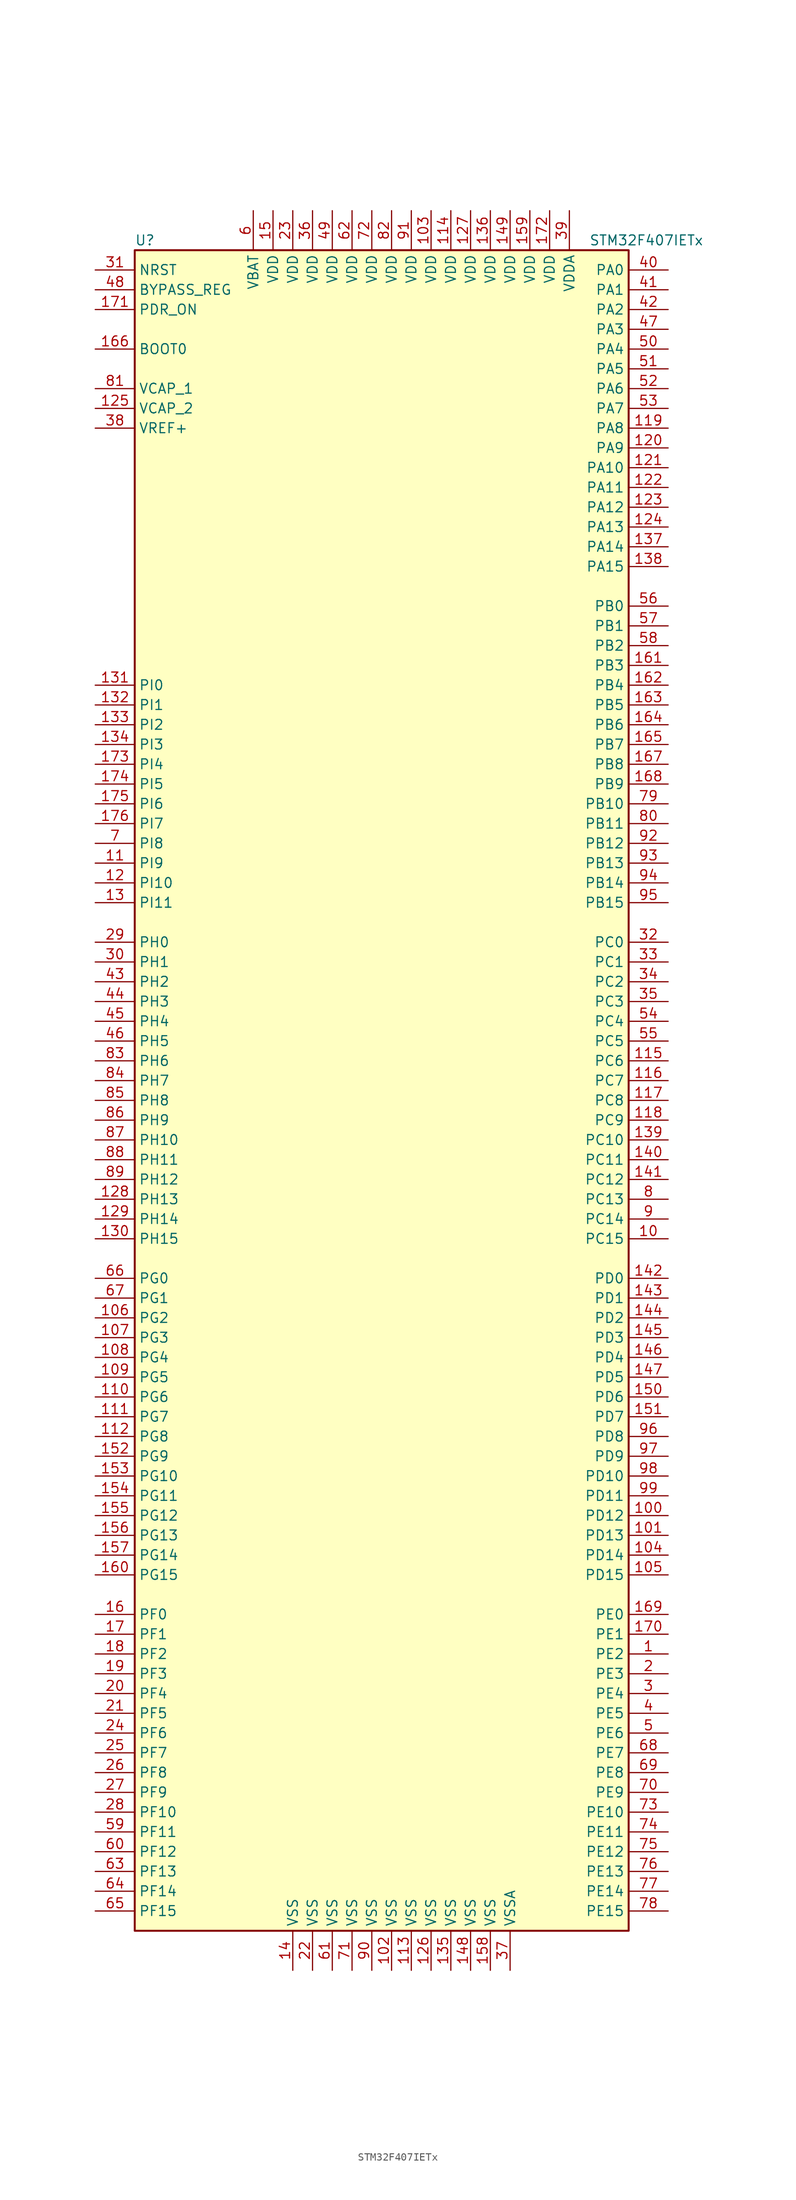
<source format=kicad_sym>
(kicad_symbol_lib
  (version 20201005)
  (generator kicad_symbol_editor)
  (symbol "MCU_ST_STM32F4:STM32F407IETx"
    (property "Reference" "U"
      (at -33.02 107.95 0)
      (effects (font (size 1.27 1.27)) (justify left)))
    (property "Value" "STM32F407IETx"
      (at 25.4 107.95 0)
      (effects (font (size 1.27 1.27)) (justify left)))
    (symbol "STM32F407IETx_0_1"
      (rectangle (start -33.02 -109.22) (end 30.48 106.68) (stroke (width 0.254)) (fill (type background))))
    (symbol "STM32F407IETx_1_1"
      (pin input line (at -38.1 93.98 0) (length 5.08) (name "BOOT0" (effects (font (size 1.27 1.27)))) (number "166" (effects (font (size 1.27 1.27)))))
      (pin input line (at -38.1 101.6 0) (length 5.08) (name "BYPASS_REG" (effects (font (size 1.27 1.27)))) (number "48" (effects (font (size 1.27 1.27)))))
      (pin input line (at -38.1 104.14 0) (length 5.08) (name "NRST" (effects (font (size 1.27 1.27)))) (number "31" (effects (font (size 1.27 1.27)))))
      (pin bidirectional line (at 35.56 104.14 180) (length 5.08) (name "PA0" (effects (font (size 1.27 1.27)))) (number "40" (effects (font (size 1.27 1.27)))))
      (pin bidirectional line (at 35.56 101.6 180) (length 5.08) (name "PA1" (effects (font (size 1.27 1.27)))) (number "41" (effects (font (size 1.27 1.27)))))
      (pin bidirectional line (at 35.56 78.74 180) (length 5.08) (name "PA10" (effects (font (size 1.27 1.27)))) (number "121" (effects (font (size 1.27 1.27)))))
      (pin bidirectional line (at 35.56 76.2 180) (length 5.08) (name "PA11" (effects (font (size 1.27 1.27)))) (number "122" (effects (font (size 1.27 1.27)))))
      (pin bidirectional line (at 35.56 73.66 180) (length 5.08) (name "PA12" (effects (font (size 1.27 1.27)))) (number "123" (effects (font (size 1.27 1.27)))))
      (pin bidirectional line (at 35.56 71.12 180) (length 5.08) (name "PA13" (effects (font (size 1.27 1.27)))) (number "124" (effects (font (size 1.27 1.27)))))
      (pin bidirectional line (at 35.56 68.58 180) (length 5.08) (name "PA14" (effects (font (size 1.27 1.27)))) (number "137" (effects (font (size 1.27 1.27)))))
      (pin bidirectional line (at 35.56 66.04 180) (length 5.08) (name "PA15" (effects (font (size 1.27 1.27)))) (number "138" (effects (font (size 1.27 1.27)))))
      (pin bidirectional line (at 35.56 99.06 180) (length 5.08) (name "PA2" (effects (font (size 1.27 1.27)))) (number "42" (effects (font (size 1.27 1.27)))))
      (pin bidirectional line (at 35.56 96.52 180) (length 5.08) (name "PA3" (effects (font (size 1.27 1.27)))) (number "47" (effects (font (size 1.27 1.27)))))
      (pin bidirectional line (at 35.56 93.98 180) (length 5.08) (name "PA4" (effects (font (size 1.27 1.27)))) (number "50" (effects (font (size 1.27 1.27)))))
      (pin bidirectional line (at 35.56 91.44 180) (length 5.08) (name "PA5" (effects (font (size 1.27 1.27)))) (number "51" (effects (font (size 1.27 1.27)))))
      (pin bidirectional line (at 35.56 88.9 180) (length 5.08) (name "PA6" (effects (font (size 1.27 1.27)))) (number "52" (effects (font (size 1.27 1.27)))))
      (pin bidirectional line (at 35.56 86.36 180) (length 5.08) (name "PA7" (effects (font (size 1.27 1.27)))) (number "53" (effects (font (size 1.27 1.27)))))
      (pin bidirectional line (at 35.56 83.82 180) (length 5.08) (name "PA8" (effects (font (size 1.27 1.27)))) (number "119" (effects (font (size 1.27 1.27)))))
      (pin bidirectional line (at 35.56 81.28 180) (length 5.08) (name "PA9" (effects (font (size 1.27 1.27)))) (number "120" (effects (font (size 1.27 1.27)))))
      (pin bidirectional line (at 35.56 60.96 180) (length 5.08) (name "PB0" (effects (font (size 1.27 1.27)))) (number "56" (effects (font (size 1.27 1.27)))))
      (pin bidirectional line (at 35.56 58.42 180) (length 5.08) (name "PB1" (effects (font (size 1.27 1.27)))) (number "57" (effects (font (size 1.27 1.27)))))
      (pin bidirectional line (at 35.56 35.56 180) (length 5.08) (name "PB10" (effects (font (size 1.27 1.27)))) (number "79" (effects (font (size 1.27 1.27)))))
      (pin bidirectional line (at 35.56 33.02 180) (length 5.08) (name "PB11" (effects (font (size 1.27 1.27)))) (number "80" (effects (font (size 1.27 1.27)))))
      (pin bidirectional line (at 35.56 30.48 180) (length 5.08) (name "PB12" (effects (font (size 1.27 1.27)))) (number "92" (effects (font (size 1.27 1.27)))))
      (pin bidirectional line (at 35.56 27.94 180) (length 5.08) (name "PB13" (effects (font (size 1.27 1.27)))) (number "93" (effects (font (size 1.27 1.27)))))
      (pin bidirectional line (at 35.56 25.4 180) (length 5.08) (name "PB14" (effects (font (size 1.27 1.27)))) (number "94" (effects (font (size 1.27 1.27)))))
      (pin bidirectional line (at 35.56 22.86 180) (length 5.08) (name "PB15" (effects (font (size 1.27 1.27)))) (number "95" (effects (font (size 1.27 1.27)))))
      (pin bidirectional line (at 35.56 55.88 180) (length 5.08) (name "PB2" (effects (font (size 1.27 1.27)))) (number "58" (effects (font (size 1.27 1.27)))))
      (pin bidirectional line (at 35.56 53.34 180) (length 5.08) (name "PB3" (effects (font (size 1.27 1.27)))) (number "161" (effects (font (size 1.27 1.27)))))
      (pin bidirectional line (at 35.56 50.8 180) (length 5.08) (name "PB4" (effects (font (size 1.27 1.27)))) (number "162" (effects (font (size 1.27 1.27)))))
      (pin bidirectional line (at 35.56 48.26 180) (length 5.08) (name "PB5" (effects (font (size 1.27 1.27)))) (number "163" (effects (font (size 1.27 1.27)))))
      (pin bidirectional line (at 35.56 45.72 180) (length 5.08) (name "PB6" (effects (font (size 1.27 1.27)))) (number "164" (effects (font (size 1.27 1.27)))))
      (pin bidirectional line (at 35.56 43.18 180) (length 5.08) (name "PB7" (effects (font (size 1.27 1.27)))) (number "165" (effects (font (size 1.27 1.27)))))
      (pin bidirectional line (at 35.56 40.64 180) (length 5.08) (name "PB8" (effects (font (size 1.27 1.27)))) (number "167" (effects (font (size 1.27 1.27)))))
      (pin bidirectional line (at 35.56 38.1 180) (length 5.08) (name "PB9" (effects (font (size 1.27 1.27)))) (number "168" (effects (font (size 1.27 1.27)))))
      (pin bidirectional line (at 35.56 17.78 180) (length 5.08) (name "PC0" (effects (font (size 1.27 1.27)))) (number "32" (effects (font (size 1.27 1.27)))))
      (pin bidirectional line (at 35.56 15.24 180) (length 5.08) (name "PC1" (effects (font (size 1.27 1.27)))) (number "33" (effects (font (size 1.27 1.27)))))
      (pin bidirectional line (at 35.56 -7.62 180) (length 5.08) (name "PC10" (effects (font (size 1.27 1.27)))) (number "139" (effects (font (size 1.27 1.27)))))
      (pin bidirectional line (at 35.56 -10.16 180) (length 5.08) (name "PC11" (effects (font (size 1.27 1.27)))) (number "140" (effects (font (size 1.27 1.27)))))
      (pin bidirectional line (at 35.56 -12.7 180) (length 5.08) (name "PC12" (effects (font (size 1.27 1.27)))) (number "141" (effects (font (size 1.27 1.27)))))
      (pin bidirectional line (at 35.56 -15.24 180) (length 5.08) (name "PC13" (effects (font (size 1.27 1.27)))) (number "8" (effects (font (size 1.27 1.27)))))
      (pin bidirectional line (at 35.56 -17.78 180) (length 5.08) (name "PC14" (effects (font (size 1.27 1.27)))) (number "9" (effects (font (size 1.27 1.27)))))
      (pin bidirectional line (at 35.56 -20.32 180) (length 5.08) (name "PC15" (effects (font (size 1.27 1.27)))) (number "10" (effects (font (size 1.27 1.27)))))
      (pin bidirectional line (at 35.56 12.7 180) (length 5.08) (name "PC2" (effects (font (size 1.27 1.27)))) (number "34" (effects (font (size 1.27 1.27)))))
      (pin bidirectional line (at 35.56 10.16 180) (length 5.08) (name "PC3" (effects (font (size 1.27 1.27)))) (number "35" (effects (font (size 1.27 1.27)))))
      (pin bidirectional line (at 35.56 7.62 180) (length 5.08) (name "PC4" (effects (font (size 1.27 1.27)))) (number "54" (effects (font (size 1.27 1.27)))))
      (pin bidirectional line (at 35.56 5.08 180) (length 5.08) (name "PC5" (effects (font (size 1.27 1.27)))) (number "55" (effects (font (size 1.27 1.27)))))
      (pin bidirectional line (at 35.56 2.54 180) (length 5.08) (name "PC6" (effects (font (size 1.27 1.27)))) (number "115" (effects (font (size 1.27 1.27)))))
      (pin bidirectional line (at 35.56 0 180) (length 5.08) (name "PC7" (effects (font (size 1.27 1.27)))) (number "116" (effects (font (size 1.27 1.27)))))
      (pin bidirectional line (at 35.56 -2.54 180) (length 5.08) (name "PC8" (effects (font (size 1.27 1.27)))) (number "117" (effects (font (size 1.27 1.27)))))
      (pin bidirectional line (at 35.56 -5.08 180) (length 5.08) (name "PC9" (effects (font (size 1.27 1.27)))) (number "118" (effects (font (size 1.27 1.27)))))
      (pin bidirectional line (at 35.56 -25.4 180) (length 5.08) (name "PD0" (effects (font (size 1.27 1.27)))) (number "142" (effects (font (size 1.27 1.27)))))
      (pin bidirectional line (at 35.56 -27.94 180) (length 5.08) (name "PD1" (effects (font (size 1.27 1.27)))) (number "143" (effects (font (size 1.27 1.27)))))
      (pin bidirectional line (at 35.56 -50.8 180) (length 5.08) (name "PD10" (effects (font (size 1.27 1.27)))) (number "98" (effects (font (size 1.27 1.27)))))
      (pin bidirectional line (at 35.56 -53.34 180) (length 5.08) (name "PD11" (effects (font (size 1.27 1.27)))) (number "99" (effects (font (size 1.27 1.27)))))
      (pin bidirectional line (at 35.56 -55.88 180) (length 5.08) (name "PD12" (effects (font (size 1.27 1.27)))) (number "100" (effects (font (size 1.27 1.27)))))
      (pin bidirectional line (at 35.56 -58.42 180) (length 5.08) (name "PD13" (effects (font (size 1.27 1.27)))) (number "101" (effects (font (size 1.27 1.27)))))
      (pin bidirectional line (at 35.56 -60.96 180) (length 5.08) (name "PD14" (effects (font (size 1.27 1.27)))) (number "104" (effects (font (size 1.27 1.27)))))
      (pin bidirectional line (at 35.56 -63.5 180) (length 5.08) (name "PD15" (effects (font (size 1.27 1.27)))) (number "105" (effects (font (size 1.27 1.27)))))
      (pin bidirectional line (at 35.56 -30.48 180) (length 5.08) (name "PD2" (effects (font (size 1.27 1.27)))) (number "144" (effects (font (size 1.27 1.27)))))
      (pin bidirectional line (at 35.56 -33.02 180) (length 5.08) (name "PD3" (effects (font (size 1.27 1.27)))) (number "145" (effects (font (size 1.27 1.27)))))
      (pin bidirectional line (at 35.56 -35.56 180) (length 5.08) (name "PD4" (effects (font (size 1.27 1.27)))) (number "146" (effects (font (size 1.27 1.27)))))
      (pin bidirectional line (at 35.56 -38.1 180) (length 5.08) (name "PD5" (effects (font (size 1.27 1.27)))) (number "147" (effects (font (size 1.27 1.27)))))
      (pin bidirectional line (at 35.56 -40.64 180) (length 5.08) (name "PD6" (effects (font (size 1.27 1.27)))) (number "150" (effects (font (size 1.27 1.27)))))
      (pin bidirectional line (at 35.56 -43.18 180) (length 5.08) (name "PD7" (effects (font (size 1.27 1.27)))) (number "151" (effects (font (size 1.27 1.27)))))
      (pin bidirectional line (at 35.56 -45.72 180) (length 5.08) (name "PD8" (effects (font (size 1.27 1.27)))) (number "96" (effects (font (size 1.27 1.27)))))
      (pin bidirectional line (at 35.56 -48.26 180) (length 5.08) (name "PD9" (effects (font (size 1.27 1.27)))) (number "97" (effects (font (size 1.27 1.27)))))
      (pin input line (at -38.1 99.06 0) (length 5.08) (name "PDR_ON" (effects (font (size 1.27 1.27)))) (number "171" (effects (font (size 1.27 1.27)))))
      (pin bidirectional line (at 35.56 -68.58 180) (length 5.08) (name "PE0" (effects (font (size 1.27 1.27)))) (number "169" (effects (font (size 1.27 1.27)))))
      (pin bidirectional line (at 35.56 -71.12 180) (length 5.08) (name "PE1" (effects (font (size 1.27 1.27)))) (number "170" (effects (font (size 1.27 1.27)))))
      (pin bidirectional line (at 35.56 -93.98 180) (length 5.08) (name "PE10" (effects (font (size 1.27 1.27)))) (number "73" (effects (font (size 1.27 1.27)))))
      (pin bidirectional line (at 35.56 -96.52 180) (length 5.08) (name "PE11" (effects (font (size 1.27 1.27)))) (number "74" (effects (font (size 1.27 1.27)))))
      (pin bidirectional line (at 35.56 -99.06 180) (length 5.08) (name "PE12" (effects (font (size 1.27 1.27)))) (number "75" (effects (font (size 1.27 1.27)))))
      (pin bidirectional line (at 35.56 -101.6 180) (length 5.08) (name "PE13" (effects (font (size 1.27 1.27)))) (number "76" (effects (font (size 1.27 1.27)))))
      (pin bidirectional line (at 35.56 -104.14 180) (length 5.08) (name "PE14" (effects (font (size 1.27 1.27)))) (number "77" (effects (font (size 1.27 1.27)))))
      (pin bidirectional line (at 35.56 -106.68 180) (length 5.08) (name "PE15" (effects (font (size 1.27 1.27)))) (number "78" (effects (font (size 1.27 1.27)))))
      (pin bidirectional line (at 35.56 -73.66 180) (length 5.08) (name "PE2" (effects (font (size 1.27 1.27)))) (number "1" (effects (font (size 1.27 1.27)))))
      (pin bidirectional line (at 35.56 -76.2 180) (length 5.08) (name "PE3" (effects (font (size 1.27 1.27)))) (number "2" (effects (font (size 1.27 1.27)))))
      (pin bidirectional line (at 35.56 -78.74 180) (length 5.08) (name "PE4" (effects (font (size 1.27 1.27)))) (number "3" (effects (font (size 1.27 1.27)))))
      (pin bidirectional line (at 35.56 -81.28 180) (length 5.08) (name "PE5" (effects (font (size 1.27 1.27)))) (number "4" (effects (font (size 1.27 1.27)))))
      (pin bidirectional line (at 35.56 -83.82 180) (length 5.08) (name "PE6" (effects (font (size 1.27 1.27)))) (number "5" (effects (font (size 1.27 1.27)))))
      (pin bidirectional line (at 35.56 -86.36 180) (length 5.08) (name "PE7" (effects (font (size 1.27 1.27)))) (number "68" (effects (font (size 1.27 1.27)))))
      (pin bidirectional line (at 35.56 -88.9 180) (length 5.08) (name "PE8" (effects (font (size 1.27 1.27)))) (number "69" (effects (font (size 1.27 1.27)))))
      (pin bidirectional line (at 35.56 -91.44 180) (length 5.08) (name "PE9" (effects (font (size 1.27 1.27)))) (number "70" (effects (font (size 1.27 1.27)))))
      (pin bidirectional line (at -38.1 -68.58 0) (length 5.08) (name "PF0" (effects (font (size 1.27 1.27)))) (number "16" (effects (font (size 1.27 1.27)))))
      (pin bidirectional line (at -38.1 -71.12 0) (length 5.08) (name "PF1" (effects (font (size 1.27 1.27)))) (number "17" (effects (font (size 1.27 1.27)))))
      (pin bidirectional line (at -38.1 -93.98 0) (length 5.08) (name "PF10" (effects (font (size 1.27 1.27)))) (number "28" (effects (font (size 1.27 1.27)))))
      (pin bidirectional line (at -38.1 -96.52 0) (length 5.08) (name "PF11" (effects (font (size 1.27 1.27)))) (number "59" (effects (font (size 1.27 1.27)))))
      (pin bidirectional line (at -38.1 -99.06 0) (length 5.08) (name "PF12" (effects (font (size 1.27 1.27)))) (number "60" (effects (font (size 1.27 1.27)))))
      (pin bidirectional line (at -38.1 -101.6 0) (length 5.08) (name "PF13" (effects (font (size 1.27 1.27)))) (number "63" (effects (font (size 1.27 1.27)))))
      (pin bidirectional line (at -38.1 -104.14 0) (length 5.08) (name "PF14" (effects (font (size 1.27 1.27)))) (number "64" (effects (font (size 1.27 1.27)))))
      (pin bidirectional line (at -38.1 -106.68 0) (length 5.08) (name "PF15" (effects (font (size 1.27 1.27)))) (number "65" (effects (font (size 1.27 1.27)))))
      (pin bidirectional line (at -38.1 -73.66 0) (length 5.08) (name "PF2" (effects (font (size 1.27 1.27)))) (number "18" (effects (font (size 1.27 1.27)))))
      (pin bidirectional line (at -38.1 -76.2 0) (length 5.08) (name "PF3" (effects (font (size 1.27 1.27)))) (number "19" (effects (font (size 1.27 1.27)))))
      (pin bidirectional line (at -38.1 -78.74 0) (length 5.08) (name "PF4" (effects (font (size 1.27 1.27)))) (number "20" (effects (font (size 1.27 1.27)))))
      (pin bidirectional line (at -38.1 -81.28 0) (length 5.08) (name "PF5" (effects (font (size 1.27 1.27)))) (number "21" (effects (font (size 1.27 1.27)))))
      (pin bidirectional line (at -38.1 -83.82 0) (length 5.08) (name "PF6" (effects (font (size 1.27 1.27)))) (number "24" (effects (font (size 1.27 1.27)))))
      (pin bidirectional line (at -38.1 -86.36 0) (length 5.08) (name "PF7" (effects (font (size 1.27 1.27)))) (number "25" (effects (font (size 1.27 1.27)))))
      (pin bidirectional line (at -38.1 -88.9 0) (length 5.08) (name "PF8" (effects (font (size 1.27 1.27)))) (number "26" (effects (font (size 1.27 1.27)))))
      (pin bidirectional line (at -38.1 -91.44 0) (length 5.08) (name "PF9" (effects (font (size 1.27 1.27)))) (number "27" (effects (font (size 1.27 1.27)))))
      (pin bidirectional line (at -38.1 -25.4 0) (length 5.08) (name "PG0" (effects (font (size 1.27 1.27)))) (number "66" (effects (font (size 1.27 1.27)))))
      (pin bidirectional line (at -38.1 -27.94 0) (length 5.08) (name "PG1" (effects (font (size 1.27 1.27)))) (number "67" (effects (font (size 1.27 1.27)))))
      (pin bidirectional line (at -38.1 -50.8 0) (length 5.08) (name "PG10" (effects (font (size 1.27 1.27)))) (number "153" (effects (font (size 1.27 1.27)))))
      (pin bidirectional line (at -38.1 -53.34 0) (length 5.08) (name "PG11" (effects (font (size 1.27 1.27)))) (number "154" (effects (font (size 1.27 1.27)))))
      (pin bidirectional line (at -38.1 -55.88 0) (length 5.08) (name "PG12" (effects (font (size 1.27 1.27)))) (number "155" (effects (font (size 1.27 1.27)))))
      (pin bidirectional line (at -38.1 -58.42 0) (length 5.08) (name "PG13" (effects (font (size 1.27 1.27)))) (number "156" (effects (font (size 1.27 1.27)))))
      (pin bidirectional line (at -38.1 -60.96 0) (length 5.08) (name "PG14" (effects (font (size 1.27 1.27)))) (number "157" (effects (font (size 1.27 1.27)))))
      (pin bidirectional line (at -38.1 -63.5 0) (length 5.08) (name "PG15" (effects (font (size 1.27 1.27)))) (number "160" (effects (font (size 1.27 1.27)))))
      (pin bidirectional line (at -38.1 -30.48 0) (length 5.08) (name "PG2" (effects (font (size 1.27 1.27)))) (number "106" (effects (font (size 1.27 1.27)))))
      (pin bidirectional line (at -38.1 -33.02 0) (length 5.08) (name "PG3" (effects (font (size 1.27 1.27)))) (number "107" (effects (font (size 1.27 1.27)))))
      (pin bidirectional line (at -38.1 -35.56 0) (length 5.08) (name "PG4" (effects (font (size 1.27 1.27)))) (number "108" (effects (font (size 1.27 1.27)))))
      (pin bidirectional line (at -38.1 -38.1 0) (length 5.08) (name "PG5" (effects (font (size 1.27 1.27)))) (number "109" (effects (font (size 1.27 1.27)))))
      (pin bidirectional line (at -38.1 -40.64 0) (length 5.08) (name "PG6" (effects (font (size 1.27 1.27)))) (number "110" (effects (font (size 1.27 1.27)))))
      (pin bidirectional line (at -38.1 -43.18 0) (length 5.08) (name "PG7" (effects (font (size 1.27 1.27)))) (number "111" (effects (font (size 1.27 1.27)))))
      (pin bidirectional line (at -38.1 -45.72 0) (length 5.08) (name "PG8" (effects (font (size 1.27 1.27)))) (number "112" (effects (font (size 1.27 1.27)))))
      (pin bidirectional line (at -38.1 -48.26 0) (length 5.08) (name "PG9" (effects (font (size 1.27 1.27)))) (number "152" (effects (font (size 1.27 1.27)))))
      (pin input line (at -38.1 17.78 0) (length 5.08) (name "PH0" (effects (font (size 1.27 1.27)))) (number "29" (effects (font (size 1.27 1.27)))))
      (pin input line (at -38.1 15.24 0) (length 5.08) (name "PH1" (effects (font (size 1.27 1.27)))) (number "30" (effects (font (size 1.27 1.27)))))
      (pin bidirectional line (at -38.1 -7.62 0) (length 5.08) (name "PH10" (effects (font (size 1.27 1.27)))) (number "87" (effects (font (size 1.27 1.27)))))
      (pin bidirectional line (at -38.1 -10.16 0) (length 5.08) (name "PH11" (effects (font (size 1.27 1.27)))) (number "88" (effects (font (size 1.27 1.27)))))
      (pin bidirectional line (at -38.1 -12.7 0) (length 5.08) (name "PH12" (effects (font (size 1.27 1.27)))) (number "89" (effects (font (size 1.27 1.27)))))
      (pin bidirectional line (at -38.1 -15.24 0) (length 5.08) (name "PH13" (effects (font (size 1.27 1.27)))) (number "128" (effects (font (size 1.27 1.27)))))
      (pin bidirectional line (at -38.1 -17.78 0) (length 5.08) (name "PH14" (effects (font (size 1.27 1.27)))) (number "129" (effects (font (size 1.27 1.27)))))
      (pin bidirectional line (at -38.1 -20.32 0) (length 5.08) (name "PH15" (effects (font (size 1.27 1.27)))) (number "130" (effects (font (size 1.27 1.27)))))
      (pin bidirectional line (at -38.1 12.7 0) (length 5.08) (name "PH2" (effects (font (size 1.27 1.27)))) (number "43" (effects (font (size 1.27 1.27)))))
      (pin bidirectional line (at -38.1 10.16 0) (length 5.08) (name "PH3" (effects (font (size 1.27 1.27)))) (number "44" (effects (font (size 1.27 1.27)))))
      (pin bidirectional line (at -38.1 7.62 0) (length 5.08) (name "PH4" (effects (font (size 1.27 1.27)))) (number "45" (effects (font (size 1.27 1.27)))))
      (pin bidirectional line (at -38.1 5.08 0) (length 5.08) (name "PH5" (effects (font (size 1.27 1.27)))) (number "46" (effects (font (size 1.27 1.27)))))
      (pin bidirectional line (at -38.1 2.54 0) (length 5.08) (name "PH6" (effects (font (size 1.27 1.27)))) (number "83" (effects (font (size 1.27 1.27)))))
      (pin bidirectional line (at -38.1 0 0) (length 5.08) (name "PH7" (effects (font (size 1.27 1.27)))) (number "84" (effects (font (size 1.27 1.27)))))
      (pin bidirectional line (at -38.1 -2.54 0) (length 5.08) (name "PH8" (effects (font (size 1.27 1.27)))) (number "85" (effects (font (size 1.27 1.27)))))
      (pin bidirectional line (at -38.1 -5.08 0) (length 5.08) (name "PH9" (effects (font (size 1.27 1.27)))) (number "86" (effects (font (size 1.27 1.27)))))
      (pin bidirectional line (at -38.1 50.8 0) (length 5.08) (name "PI0" (effects (font (size 1.27 1.27)))) (number "131" (effects (font (size 1.27 1.27)))))
      (pin bidirectional line (at -38.1 48.26 0) (length 5.08) (name "PI1" (effects (font (size 1.27 1.27)))) (number "132" (effects (font (size 1.27 1.27)))))
      (pin bidirectional line (at -38.1 25.4 0) (length 5.08) (name "PI10" (effects (font (size 1.27 1.27)))) (number "12" (effects (font (size 1.27 1.27)))))
      (pin bidirectional line (at -38.1 22.86 0) (length 5.08) (name "PI11" (effects (font (size 1.27 1.27)))) (number "13" (effects (font (size 1.27 1.27)))))
      (pin bidirectional line (at -38.1 45.72 0) (length 5.08) (name "PI2" (effects (font (size 1.27 1.27)))) (number "133" (effects (font (size 1.27 1.27)))))
      (pin bidirectional line (at -38.1 43.18 0) (length 5.08) (name "PI3" (effects (font (size 1.27 1.27)))) (number "134" (effects (font (size 1.27 1.27)))))
      (pin bidirectional line (at -38.1 40.64 0) (length 5.08) (name "PI4" (effects (font (size 1.27 1.27)))) (number "173" (effects (font (size 1.27 1.27)))))
      (pin bidirectional line (at -38.1 38.1 0) (length 5.08) (name "PI5" (effects (font (size 1.27 1.27)))) (number "174" (effects (font (size 1.27 1.27)))))
      (pin bidirectional line (at -38.1 35.56 0) (length 5.08) (name "PI6" (effects (font (size 1.27 1.27)))) (number "175" (effects (font (size 1.27 1.27)))))
      (pin bidirectional line (at -38.1 33.02 0) (length 5.08) (name "PI7" (effects (font (size 1.27 1.27)))) (number "176" (effects (font (size 1.27 1.27)))))
      (pin bidirectional line (at -38.1 30.48 0) (length 5.08) (name "PI8" (effects (font (size 1.27 1.27)))) (number "7" (effects (font (size 1.27 1.27)))))
      (pin bidirectional line (at -38.1 27.94 0) (length 5.08) (name "PI9" (effects (font (size 1.27 1.27)))) (number "11" (effects (font (size 1.27 1.27)))))
      (pin power_in line (at -17.78 111.76 270) (length 5.08) (name "VBAT" (effects (font (size 1.27 1.27)))) (number "6" (effects (font (size 1.27 1.27)))))
      (pin power_in line (at -38.1 88.9 0) (length 5.08) (name "VCAP_1" (effects (font (size 1.27 1.27)))) (number "81" (effects (font (size 1.27 1.27)))))
      (pin power_in line (at -38.1 86.36 0) (length 5.08) (name "VCAP_2" (effects (font (size 1.27 1.27)))) (number "125" (effects (font (size 1.27 1.27)))))
      (pin power_in line (at 5.08 111.76 270) (length 5.08) (name "VDD" (effects (font (size 1.27 1.27)))) (number "103" (effects (font (size 1.27 1.27)))))
      (pin power_in line (at 7.62 111.76 270) (length 5.08) (name "VDD" (effects (font (size 1.27 1.27)))) (number "114" (effects (font (size 1.27 1.27)))))
      (pin power_in line (at 10.16 111.76 270) (length 5.08) (name "VDD" (effects (font (size 1.27 1.27)))) (number "127" (effects (font (size 1.27 1.27)))))
      (pin power_in line (at 12.7 111.76 270) (length 5.08) (name "VDD" (effects (font (size 1.27 1.27)))) (number "136" (effects (font (size 1.27 1.27)))))
      (pin power_in line (at 15.24 111.76 270) (length 5.08) (name "VDD" (effects (font (size 1.27 1.27)))) (number "149" (effects (font (size 1.27 1.27)))))
      (pin power_in line (at -15.24 111.76 270) (length 5.08) (name "VDD" (effects (font (size 1.27 1.27)))) (number "15" (effects (font (size 1.27 1.27)))))
      (pin power_in line (at 17.78 111.76 270) (length 5.08) (name "VDD" (effects (font (size 1.27 1.27)))) (number "159" (effects (font (size 1.27 1.27)))))
      (pin power_in line (at 20.32 111.76 270) (length 5.08) (name "VDD" (effects (font (size 1.27 1.27)))) (number "172" (effects (font (size 1.27 1.27)))))
      (pin power_in line (at -12.7 111.76 270) (length 5.08) (name "VDD" (effects (font (size 1.27 1.27)))) (number "23" (effects (font (size 1.27 1.27)))))
      (pin power_in line (at -10.16 111.76 270) (length 5.08) (name "VDD" (effects (font (size 1.27 1.27)))) (number "36" (effects (font (size 1.27 1.27)))))
      (pin power_in line (at -7.62 111.76 270) (length 5.08) (name "VDD" (effects (font (size 1.27 1.27)))) (number "49" (effects (font (size 1.27 1.27)))))
      (pin power_in line (at -5.08 111.76 270) (length 5.08) (name "VDD" (effects (font (size 1.27 1.27)))) (number "62" (effects (font (size 1.27 1.27)))))
      (pin power_in line (at -2.54 111.76 270) (length 5.08) (name "VDD" (effects (font (size 1.27 1.27)))) (number "72" (effects (font (size 1.27 1.27)))))
      (pin power_in line (at 0 111.76 270) (length 5.08) (name "VDD" (effects (font (size 1.27 1.27)))) (number "82" (effects (font (size 1.27 1.27)))))
      (pin power_in line (at 2.54 111.76 270) (length 5.08) (name "VDD" (effects (font (size 1.27 1.27)))) (number "91" (effects (font (size 1.27 1.27)))))
      (pin power_in line (at 22.86 111.76 270) (length 5.08) (name "VDDA" (effects (font (size 1.27 1.27)))) (number "39" (effects (font (size 1.27 1.27)))))
      (pin power_in line (at -38.1 83.82 0) (length 5.08) (name "VREF+" (effects (font (size 1.27 1.27)))) (number "38" (effects (font (size 1.27 1.27)))))
      (pin power_in line (at 0 -114.3 90) (length 5.08) (name "VSS" (effects (font (size 1.27 1.27)))) (number "102" (effects (font (size 1.27 1.27)))))
      (pin power_in line (at 2.54 -114.3 90) (length 5.08) (name "VSS" (effects (font (size 1.27 1.27)))) (number "113" (effects (font (size 1.27 1.27)))))
      (pin power_in line (at 5.08 -114.3 90) (length 5.08) (name "VSS" (effects (font (size 1.27 1.27)))) (number "126" (effects (font (size 1.27 1.27)))))
      (pin power_in line (at 7.62 -114.3 90) (length 5.08) (name "VSS" (effects (font (size 1.27 1.27)))) (number "135" (effects (font (size 1.27 1.27)))))
      (pin power_in line (at -12.7 -114.3 90) (length 5.08) (name "VSS" (effects (font (size 1.27 1.27)))) (number "14" (effects (font (size 1.27 1.27)))))
      (pin power_in line (at 10.16 -114.3 90) (length 5.08) (name "VSS" (effects (font (size 1.27 1.27)))) (number "148" (effects (font (size 1.27 1.27)))))
      (pin power_in line (at 12.7 -114.3 90) (length 5.08) (name "VSS" (effects (font (size 1.27 1.27)))) (number "158" (effects (font (size 1.27 1.27)))))
      (pin power_in line (at -10.16 -114.3 90) (length 5.08) (name "VSS" (effects (font (size 1.27 1.27)))) (number "22" (effects (font (size 1.27 1.27)))))
      (pin power_in line (at -7.62 -114.3 90) (length 5.08) (name "VSS" (effects (font (size 1.27 1.27)))) (number "61" (effects (font (size 1.27 1.27)))))
      (pin power_in line (at -5.08 -114.3 90) (length 5.08) (name "VSS" (effects (font (size 1.27 1.27)))) (number "71" (effects (font (size 1.27 1.27)))))
      (pin power_in line (at -2.54 -114.3 90) (length 5.08) (name "VSS" (effects (font (size 1.27 1.27)))) (number "90" (effects (font (size 1.27 1.27)))))
      (pin power_in line (at 15.24 -114.3 90) (length 5.08) (name "VSSA" (effects (font (size 1.27 1.27)))) (number "37" (effects (font (size 1.27 1.27))))))))
</source>
